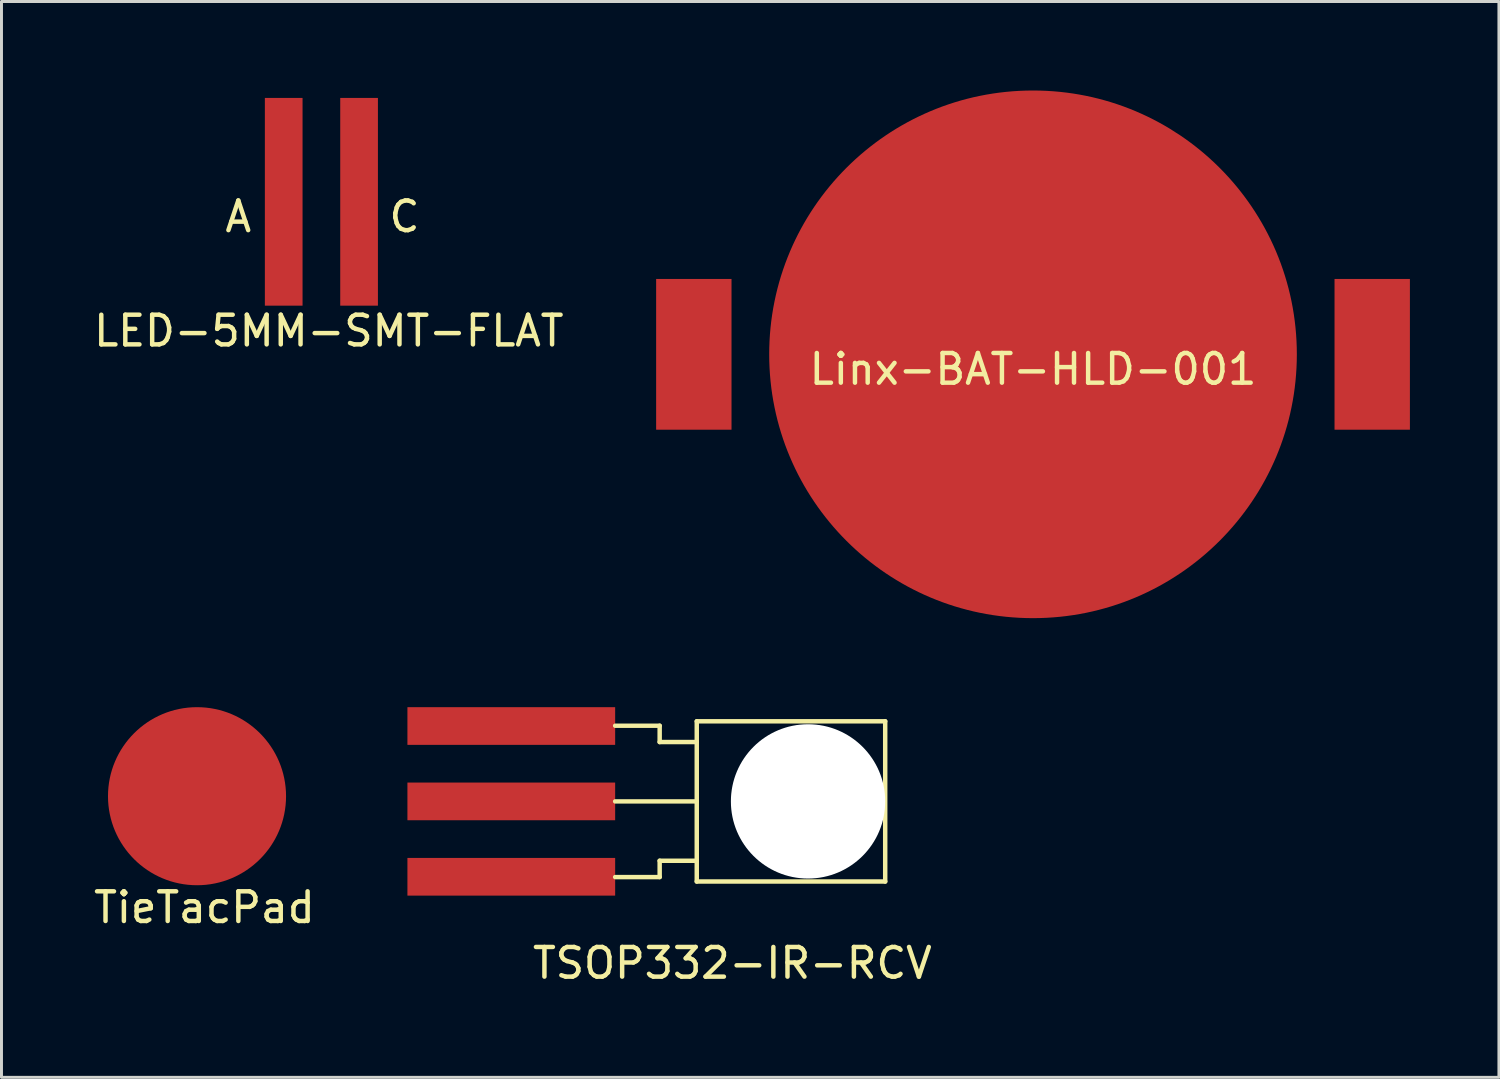
<source format=kicad_pcb>
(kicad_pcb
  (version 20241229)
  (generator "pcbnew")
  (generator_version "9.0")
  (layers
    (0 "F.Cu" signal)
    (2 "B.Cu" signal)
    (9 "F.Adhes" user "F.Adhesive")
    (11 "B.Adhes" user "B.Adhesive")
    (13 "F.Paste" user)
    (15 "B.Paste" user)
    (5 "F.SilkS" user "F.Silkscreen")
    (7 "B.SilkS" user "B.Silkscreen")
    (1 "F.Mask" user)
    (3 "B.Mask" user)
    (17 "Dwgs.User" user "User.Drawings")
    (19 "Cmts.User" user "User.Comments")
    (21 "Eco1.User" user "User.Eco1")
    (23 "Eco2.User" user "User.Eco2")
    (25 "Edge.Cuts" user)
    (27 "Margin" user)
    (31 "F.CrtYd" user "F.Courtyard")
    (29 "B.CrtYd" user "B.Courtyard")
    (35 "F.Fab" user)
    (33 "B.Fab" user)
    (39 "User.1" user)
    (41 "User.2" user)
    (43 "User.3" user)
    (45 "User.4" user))
  (footprint "LED-5MM-SMT-FLAT"
    (layer "F.Cu")
    (at 7.78 0.25)
    (property "Reference" "LED-5MM-SMT-FLAT" (at 0.25 7.85 0) (layer "F.SilkS") (effects (font (size 1 1) (thickness 0.15))))
    (attr through_hole)
    (fp_text user "A" (at -2.8 4 0) (layer "F.SilkS") (effects (font (size 1 1) (thickness 0.15))))
    (fp_text user "C" (at 2.8 4 0) (layer "F.SilkS") (effects (font (size 1 1) (thickness 0.15))))
    (pad "1" smd rect (at 1.27 3.5) (size 1.27 7) (layers "F.Cu" "F.Mask" "F.Paste"))
    (pad "2" smd rect (at -1.27 3.5) (size 1.27 7) (layers "F.Cu" "F.Mask" "F.Paste")))
  (footprint "TieTacPad"
    (layer "F.Cu")
    (at 3.589 23.78)
    (property "Reference" "TieTacPad" (at 0.25 3.75 0) (layer "F.SilkS") (effects (font (size 1 1) (thickness 0.15))))
    (attr through_hole)
    (pad "1" smd circle (at 0 0) (size 6 6) (layers "F.Cu" "F.Mask" "F.Paste")))
  (footprint "Linx-BAT-HLD-001"
    (layer "F.Cu")
    (at 31.76 8.89)
    (property "Reference" "Linx-BAT-HLD-001" (at 0 0.5 0) (layer "F.SilkS") (effects (font (size 1 1) (thickness 0.15))))
    (attr through_hole)
    (pad "1" smd rect (at -11.43 0) (size 2.54 5.08) (layers "F.Cu" "F.Mask" "F.Paste"))
    (pad "1" smd rect (at 11.43 0) (size 2.54 5.08) (layers "F.Cu" "F.Mask" "F.Paste"))
    (pad "2" smd circle (at 0 0) (size 17.78 17.78) (layers "F.Cu" "F.Mask" "F.Paste")))
  (footprint "TSOP332-IR-RCV"
    (layer "F.Cu")
    (at 24.179 23.955)
    (property "Reference" "TSOP332-IR-RCV" (at -2.55 5.45 0) (layer "F.SilkS") (effects (font (size 1 1) (thickness 0.15))))
    (attr through_hole)
    (fp_line (start -6.5 -2.55) (end -5 -2.55) (stroke (width 0.15) (type solid)) (layer "F.SilkS"))
    (fp_line (start -6.5 2.55) (end -5 2.55) (stroke (width 0.15) (type solid)) (layer "F.SilkS"))
    (fp_line (start -5 -2.55) (end -5 -2) (stroke (width 0.15) (type solid)) (layer "F.SilkS"))
    (fp_line (start -5 -2) (end -3.75 -2) (stroke (width 0.15) (type solid)) (layer "F.SilkS"))
    (fp_line (start -5 2) (end -3.75 2) (stroke (width 0.15) (type solid)) (layer "F.SilkS"))
    (fp_line (start -5 2.55) (end -5 2) (stroke (width 0.15) (type solid)) (layer "F.SilkS"))
    (fp_line (start -3.75 -2.7) (end 2.6 -2.7) (stroke (width 0.15) (type solid)) (layer "F.SilkS"))
    (fp_line (start -3.75 0) (end -6.5 0) (stroke (width 0.15) (type solid)) (layer "F.SilkS"))
    (fp_line (start -3.75 2.7) (end -3.75 -2.7) (stroke (width 0.15) (type solid)) (layer "F.SilkS"))
    (fp_line (start 2.6 -2.7) (end 2.6 2.7) (stroke (width 0.15) (type solid)) (layer "F.SilkS"))
    (fp_line (start 2.6 2.7) (end -3.75 2.7) (stroke (width 0.15) (type solid)) (layer "F.SilkS"))
    (fp_circle (center 0 0) (end 2.5 0) (stroke (width 0.15) (type solid)) (fill no) (layer "F.SilkS"))
    (pad "" np_thru_hole circle (at 0 0) (size 5.2 5.2) (drill 5.2) (layers "*.Cu" "*.Mask"))
    (pad "1" smd rect (at -10 2.54) (size 7 1.27) (layers "F.Cu" "F.Mask" "F.Paste"))
    (pad "2" smd rect (at -10 0) (size 7 1.27) (layers "F.Cu" "F.Mask" "F.Paste"))
    (pad "3" smd rect (at -10 -2.54) (size 7 1.27) (layers "F.Cu" "F.Mask" "F.Paste")))
  (gr_rect
    (start -3 -3)
    (end 47.46 33.253)
    (stroke (width 0.1) (type default))
    (fill no)
    (layer "Edge.Cuts")))
</source>
